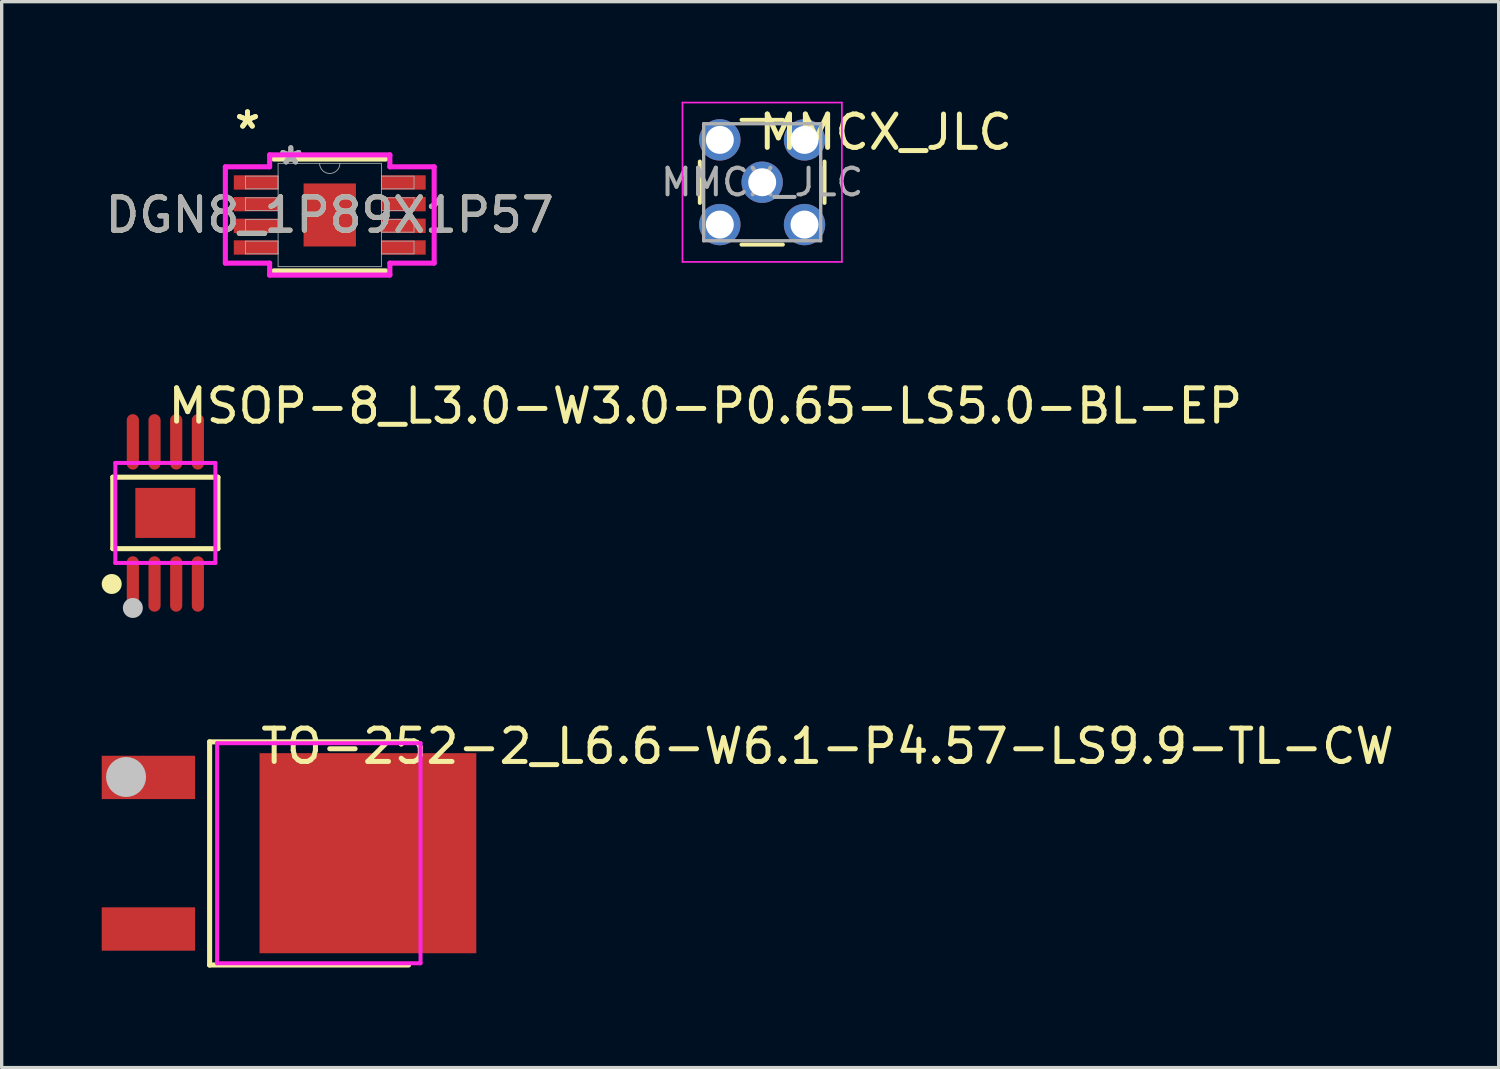
<source format=kicad_pcb>
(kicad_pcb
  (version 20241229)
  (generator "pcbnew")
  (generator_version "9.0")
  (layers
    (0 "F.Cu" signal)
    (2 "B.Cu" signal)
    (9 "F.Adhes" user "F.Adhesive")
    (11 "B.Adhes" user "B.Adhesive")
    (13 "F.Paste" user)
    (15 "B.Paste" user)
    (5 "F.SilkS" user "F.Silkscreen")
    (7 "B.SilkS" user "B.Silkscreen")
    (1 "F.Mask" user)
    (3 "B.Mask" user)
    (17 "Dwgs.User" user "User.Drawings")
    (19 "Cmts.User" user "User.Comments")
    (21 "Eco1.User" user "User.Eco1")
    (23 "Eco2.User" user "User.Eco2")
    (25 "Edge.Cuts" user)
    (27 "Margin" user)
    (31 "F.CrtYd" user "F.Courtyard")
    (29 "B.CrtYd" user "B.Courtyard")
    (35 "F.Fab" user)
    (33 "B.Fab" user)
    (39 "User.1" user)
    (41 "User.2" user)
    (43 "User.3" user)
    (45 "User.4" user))
  (footprint "TO-252-2_L6.6-W6.1-P4.57-LS9.9-TL-CW"
    (layer "F.Cu")
    (at 4.692 22.537)
    (property "Reference" "TO-252-2_L6.6-W6.1-P4.57-LS9.9-TL-CW" (at 0 -3.207 0) (layer "F.SilkS") (effects (font (size 1 1) (thickness 0.15)) (justify left)))
    (attr through_hole)
    (fp_line (start -1.456 -3.34) (end -1.456 3.353) (stroke (width 0.152) (type solid)) (layer "F.SilkS"))
    (fp_line (start 4.511 -3.34) (end -1.456 -3.34) (stroke (width 0.152) (type solid)) (layer "F.SilkS"))
    (fp_line (start 4.511 3.353) (end -1.456 3.353) (stroke (width 0.152) (type solid)) (layer "F.SilkS"))
    (fp_circle (center -3.962 -2.286) (end -3.662 -2.286) (stroke (width 0.6) (type solid)) (fill no) (layer "Dwgs.User"))
    (fp_line (start -2.474 1.968) (end -1.224 1.968) (stroke (width 0.12) (type solid)) (layer "Eco2.User"))
    (fp_line (start -2.474 2.667) (end -2.474 1.968) (stroke (width 0.12) (type solid)) (layer "Eco2.User"))
    (fp_line (start -2.448 -2.629) (end -1.198 -2.629) (stroke (width 0.12) (type solid)) (layer "Eco2.User"))
    (fp_line (start -2.448 -1.93) (end -2.448 -2.629) (stroke (width 0.12) (type solid)) (layer "Eco2.User"))
    (fp_line (start -1.224 1.968) (end -1.224 2.667) (stroke (width 0.12) (type solid)) (layer "Eco2.User"))
    (fp_line (start -1.224 2.667) (end -2.474 2.667) (stroke (width 0.12) (type solid)) (layer "Eco2.User"))
    (fp_line (start -1.198 -2.629) (end -1.198 -1.93) (stroke (width 0.12) (type solid)) (layer "Eco2.User"))
    (fp_line (start -1.198 -1.93) (end -2.448 -1.93) (stroke (width 0.12) (type solid)) (layer "Eco2.User"))
    (fp_circle (center -3.998 -3.3) (end -3.968 -3.3) (stroke (width 0.06) (type solid)) (fill no) (layer "Eco2.User"))
    (fp_poly (pts (xy -3.998 -1.93) (xy -3.998 -2.629) (xy -2.408 -2.629) (xy -2.408 -1.93)) (stroke (width 0.12) (type solid)) (fill no) (layer "Eco2.User"))
    (fp_poly (pts (xy -3.998 2.667) (xy -3.998 1.968) (xy -2.408 1.968) (xy -2.408 2.667)) (stroke (width 0.12) (type solid)) (fill no) (layer "Eco2.User"))
    (fp_poly (pts (xy 0.727 2.667) (xy 0.727 -2.668) (xy 5.403 -2.668) (xy 5.937 -2.135) (xy 5.937 2.133) (xy 5.403 2.667)) (stroke (width 0.12) (type solid)) (fill no) (layer "Eco2.User"))
    (fp_line (start -1.231 -3.3) (end 4.869 -3.3) (stroke (width 0.12) (type solid)) (layer "F.CrtYd"))
    (fp_line (start -1.231 3.3) (end -1.231 -3.3) (stroke (width 0.12) (type solid)) (layer "F.CrtYd"))
    (fp_line (start 4.869 -3.3) (end 4.869 3.3) (stroke (width 0.12) (type solid)) (layer "F.CrtYd"))
    (fp_line (start 4.869 3.3) (end -1.231 3.3) (stroke (width 0.12) (type solid)) (layer "F.CrtYd"))
    (pad "1" smd rect (at -3.292 -2.273) (size 2.8 1.3) (layers "F.Cu" "F.Mask" "F.Paste"))
    (pad "2" smd rect (at 3.292 0) (size 6.5 6) (layers "F.Cu" "F.Mask" "F.Paste"))
    (pad "3" smd rect (at -3.292 2.273) (size 2.8 1.3) (layers "F.Cu" "F.Mask" "F.Paste")))
  (footprint "DGN8_1P89X1P57"
    (layer "F.Cu")
    (at 6.839 3.397)
    (property "Reference" "DGN8_1P89X1P57" (at 0 0 0) (unlocked yes) (layer "F.SilkS") (effects (font (size 1 1) (thickness 0.15))))
    (attr smd)
    (fp_line (start -1.676 1.676) (end 1.676 1.676) (stroke (width 0.152) (type solid)) (layer "F.SilkS"))
    (fp_line (start 1.676 -1.676) (end -1.676 -1.676) (stroke (width 0.152) (type solid)) (layer "F.SilkS"))
    (fp_line (start -3.131 -1.444) (end -1.803 -1.444) (stroke (width 0.152) (type solid)) (layer "F.CrtYd"))
    (fp_line (start -3.131 1.444) (end -3.131 -1.444) (stroke (width 0.152) (type solid)) (layer "F.CrtYd"))
    (fp_line (start -3.131 1.444) (end -1.803 1.444) (stroke (width 0.152) (type solid)) (layer "F.CrtYd"))
    (fp_line (start -1.803 -1.803) (end 1.803 -1.803) (stroke (width 0.152) (type solid)) (layer "F.CrtYd"))
    (fp_line (start -1.803 -1.444) (end -1.803 -1.803) (stroke (width 0.152) (type solid)) (layer "F.CrtYd"))
    (fp_line (start -1.803 1.803) (end -1.803 1.444) (stroke (width 0.152) (type solid)) (layer "F.CrtYd"))
    (fp_line (start 1.803 -1.803) (end 1.803 -1.444) (stroke (width 0.152) (type solid)) (layer "F.CrtYd"))
    (fp_line (start 1.803 1.444) (end 1.803 1.803) (stroke (width 0.152) (type solid)) (layer "F.CrtYd"))
    (fp_line (start 1.803 1.803) (end -1.803 1.803) (stroke (width 0.152) (type solid)) (layer "F.CrtYd"))
    (fp_line (start 3.131 -1.444) (end 1.803 -1.444) (stroke (width 0.152) (type solid)) (layer "F.CrtYd"))
    (fp_line (start 3.131 -1.444) (end 3.131 1.444) (stroke (width 0.152) (type solid)) (layer "F.CrtYd"))
    (fp_line (start 3.131 1.444) (end 1.803 1.444) (stroke (width 0.152) (type solid)) (layer "F.CrtYd"))
    (fp_line (start -2.527 -1.165) (end -2.527 -0.784) (stroke (width 0.025) (type solid)) (layer "F.Fab"))
    (fp_line (start -2.527 -0.784) (end -1.549 -0.784) (stroke (width 0.025) (type solid)) (layer "F.Fab"))
    (fp_line (start -2.527 -0.515) (end -2.527 -0.135) (stroke (width 0.025) (type solid)) (layer "F.Fab"))
    (fp_line (start -2.527 -0.135) (end -1.549 -0.135) (stroke (width 0.025) (type solid)) (layer "F.Fab"))
    (fp_line (start -2.527 0.135) (end -2.527 0.515) (stroke (width 0.025) (type solid)) (layer "F.Fab"))
    (fp_line (start -2.527 0.515) (end -1.549 0.515) (stroke (width 0.025) (type solid)) (layer "F.Fab"))
    (fp_line (start -2.527 0.784) (end -2.527 1.165) (stroke (width 0.025) (type solid)) (layer "F.Fab"))
    (fp_line (start -2.527 1.165) (end -1.549 1.165) (stroke (width 0.025) (type solid)) (layer "F.Fab"))
    (fp_line (start -1.549 -1.549) (end -1.549 1.549) (stroke (width 0.025) (type solid)) (layer "F.Fab"))
    (fp_line (start -1.549 -1.165) (end -2.527 -1.165) (stroke (width 0.025) (type solid)) (layer "F.Fab"))
    (fp_line (start -1.549 -0.784) (end -1.549 -1.165) (stroke (width 0.025) (type solid)) (layer "F.Fab"))
    (fp_line (start -1.549 -0.515) (end -2.527 -0.515) (stroke (width 0.025) (type solid)) (layer "F.Fab"))
    (fp_line (start -1.549 -0.135) (end -1.549 -0.515) (stroke (width 0.025) (type solid)) (layer "F.Fab"))
    (fp_line (start -1.549 0.135) (end -2.527 0.135) (stroke (width 0.025) (type solid)) (layer "F.Fab"))
    (fp_line (start -1.549 0.515) (end -1.549 0.135) (stroke (width 0.025) (type solid)) (layer "F.Fab"))
    (fp_line (start -1.549 0.784) (end -2.527 0.784) (stroke (width 0.025) (type solid)) (layer "F.Fab"))
    (fp_line (start -1.549 1.165) (end -1.549 0.784) (stroke (width 0.025) (type solid)) (layer "F.Fab"))
    (fp_line (start -1.549 1.549) (end 1.549 1.549) (stroke (width 0.025) (type solid)) (layer "F.Fab"))
    (fp_line (start 1.549 -1.549) (end -1.549 -1.549) (stroke (width 0.025) (type solid)) (layer "F.Fab"))
    (fp_line (start 1.549 -1.165) (end 1.549 -0.784) (stroke (width 0.025) (type solid)) (layer "F.Fab"))
    (fp_line (start 1.549 -0.784) (end 2.527 -0.784) (stroke (width 0.025) (type solid)) (layer "F.Fab"))
    (fp_line (start 1.549 -0.515) (end 1.549 -0.135) (stroke (width 0.025) (type solid)) (layer "F.Fab"))
    (fp_line (start 1.549 -0.135) (end 2.527 -0.135) (stroke (width 0.025) (type solid)) (layer "F.Fab"))
    (fp_line (start 1.549 0.135) (end 1.549 0.515) (stroke (width 0.025) (type solid)) (layer "F.Fab"))
    (fp_line (start 1.549 0.515) (end 2.527 0.515) (stroke (width 0.025) (type solid)) (layer "F.Fab"))
    (fp_line (start 1.549 0.784) (end 1.549 1.165) (stroke (width 0.025) (type solid)) (layer "F.Fab"))
    (fp_line (start 1.549 1.165) (end 2.527 1.165) (stroke (width 0.025) (type solid)) (layer "F.Fab"))
    (fp_line (start 1.549 1.549) (end 1.549 -1.549) (stroke (width 0.025) (type solid)) (layer "F.Fab"))
    (fp_line (start 2.527 -1.165) (end 1.549 -1.165) (stroke (width 0.025) (type solid)) (layer "F.Fab"))
    (fp_line (start 2.527 -0.784) (end 2.527 -1.165) (stroke (width 0.025) (type solid)) (layer "F.Fab"))
    (fp_line (start 2.527 -0.515) (end 1.549 -0.515) (stroke (width 0.025) (type solid)) (layer "F.Fab"))
    (fp_line (start 2.527 -0.135) (end 2.527 -0.515) (stroke (width 0.025) (type solid)) (layer "F.Fab"))
    (fp_line (start 2.527 0.135) (end 1.549 0.135) (stroke (width 0.025) (type solid)) (layer "F.Fab"))
    (fp_line (start 2.527 0.515) (end 2.527 0.135) (stroke (width 0.025) (type solid)) (layer "F.Fab"))
    (fp_line (start 2.527 0.784) (end 1.549 0.784) (stroke (width 0.025) (type solid)) (layer "F.Fab"))
    (fp_line (start 2.527 1.165) (end 2.527 0.784) (stroke (width 0.025) (type solid)) (layer "F.Fab"))
    (fp_arc (start 0.3048 -1.5494) (mid 0 -1.2446) (end -0.3048 -1.5494) (stroke (width 0.0254) (type solid)) (layer "F.Fab"))
    (fp_text user "*" (at -2.467 -2.549 0) (unlocked yes) (layer "F.SilkS") (effects (font (size 1 1) (thickness 0.15))))
    (fp_text user "*" (at -2.467 -2.549 0) (layer "F.SilkS") (effects (font (size 1 1) (thickness 0.15))))
    (fp_text user "*" (at -1.168 -1.473 0) (unlocked yes) (layer "F.Fab") (effects (font (size 1 1) (thickness 0.15))))
    (fp_text user "${REFERENCE}" (at 0 0 0) (unlocked yes) (layer "F.Fab") (effects (font (size 1 1) (thickness 0.15))))
    (fp_text user "*" (at -1.168 -1.473 0) (layer "F.Fab") (effects (font (size 1 1) (thickness 0.15))))
    (pad "1" smd rect (at -2.213 -0.975) (size 1.328 0.431) (layers "F.Cu" "F.Mask" "F.Paste"))
    (pad "2" smd rect (at -2.213 -0.325) (size 1.328 0.431) (layers "F.Cu" "F.Mask" "F.Paste"))
    (pad "3" smd rect (at -2.213 0.325) (size 1.328 0.431) (layers "F.Cu" "F.Mask" "F.Paste"))
    (pad "4" smd rect (at -2.213 0.975) (size 1.328 0.431) (layers "F.Cu" "F.Mask" "F.Paste"))
    (pad "5" smd rect (at 2.213 0.975) (size 1.328 0.431) (layers "F.Cu" "F.Mask" "F.Paste"))
    (pad "6" smd rect (at 2.213 0.325) (size 1.328 0.431) (layers "F.Cu" "F.Mask" "F.Paste"))
    (pad "7" smd rect (at 2.213 -0.325) (size 1.328 0.431) (layers "F.Cu" "F.Mask" "F.Paste"))
    (pad "8" smd rect (at 2.213 -0.975) (size 1.328 0.431) (layers "F.Cu" "F.Mask" "F.Paste"))
    (pad "EPAD" smd rect (at 0 0) (size 1.57 1.89) (layers "F.Cu" "F.Mask" "F.Paste")))
  (footprint "MMCX_JLC"
    (layer "F.Cu")
    (at 19.807 2.415)
    (property "Reference" "MMCX_JLC" (at 3.7 -1.5 0) (layer "F.SilkS") (effects (font (size 1 1) (thickness 0.15))))
    (attr smd)
    (fp_line (start -1.87 0.62) (end -1.87 -0.62) (stroke (width 0.12) (type solid)) (layer "F.SilkS"))
    (fp_line (start 0.62 -1.87) (end -0.62 -1.87) (stroke (width 0.12) (type solid)) (layer "F.SilkS"))
    (fp_line (start 0.62 1.87) (end -0.62 1.87) (stroke (width 0.12) (type solid)) (layer "F.SilkS"))
    (fp_line (start 1.87 0.62) (end 1.87 -0.62) (stroke (width 0.12) (type solid)) (layer "F.SilkS"))
    (fp_line (start -2.39 -2.39) (end 2.39 -2.39) (stroke (width 0.05) (type solid)) (layer "F.CrtYd"))
    (fp_line (start -2.39 2.39) (end -2.39 -2.39) (stroke (width 0.05) (type solid)) (layer "F.CrtYd"))
    (fp_line (start -2.39 2.39) (end 2.39 2.39) (stroke (width 0.05) (type solid)) (layer "F.CrtYd"))
    (fp_line (start 2.39 2.39) (end 2.39 -2.39) (stroke (width 0.05) (type solid)) (layer "F.CrtYd"))
    (fp_line (start -1.755 -1.755) (end -1.755 1.755) (stroke (width 0.1) (type solid)) (layer "F.Fab"))
    (fp_line (start -1.755 -1.755) (end 1.755 -1.755) (stroke (width 0.1) (type solid)) (layer "F.Fab"))
    (fp_line (start -1.755 1.755) (end 1.755 1.755) (stroke (width 0.1) (type solid)) (layer "F.Fab"))
    (fp_line (start 1.755 -1.755) (end 1.755 1.755) (stroke (width 0.1) (type solid)) (layer "F.Fab"))
    (fp_text user "${REFERENCE}" (at 0 0 0) (layer "F.Fab") (effects (font (size 0.8 0.8) (thickness 0.12))))
    (pad "1" thru_hole circle (at 0 0) (size 1.24 1.24) (drill 0.84) (layers "*.Cu" "*.Mask"))
    (pad "2" thru_hole circle (at -1.27 -1.27) (size 1.24 1.24) (drill 0.84) (layers "*.Cu" "*.Mask"))
    (pad "2" thru_hole circle (at -1.27 1.27) (size 1.24 1.24) (drill 0.84) (layers "*.Cu" "*.Mask"))
    (pad "2" thru_hole circle (at 1.27 -1.27) (size 1.24 1.24) (drill 0.84) (layers "*.Cu" "*.Mask"))
    (pad "2" thru_hole circle (at 1.27 1.27) (size 1.24 1.24) (drill 0.84) (layers "*.Cu" "*.Mask")))
  (footprint "MSOP-8_L3.0-W3.0-P0.65-LS5.0-BL-EP"
    (layer "F.Cu")
    (at 1.909 12.332)
    (property "Reference" "MSOP-8_L3.0-W3.0-P0.65-LS5.0-BL-EP" (at 0 -3.207 0) (layer "F.SilkS") (effects (font (size 1 1) (thickness 0.15)) (justify left)))
    (attr through_hole)
    (fp_line (start -1.576 -1.071) (end 1.576 -1.071) (stroke (width 0.152) (type solid)) (layer "F.SilkS"))
    (fp_line (start -1.576 1.071) (end -1.576 -1.071) (stroke (width 0.152) (type solid)) (layer "F.SilkS"))
    (fp_line (start 1.576 -1.071) (end 1.576 1.071) (stroke (width 0.152) (type solid)) (layer "F.SilkS"))
    (fp_line (start 1.576 1.071) (end -1.576 1.071) (stroke (width 0.152) (type solid)) (layer "F.SilkS"))
    (fp_circle (center -1.609 2.131) (end -1.459 2.131) (stroke (width 0.3) (type solid)) (fill no) (layer "F.SilkS"))
    (fp_circle (center -0.975 2.85) (end -0.825 2.85) (stroke (width 0.3) (type solid)) (fill no) (layer "Dwgs.User"))
    (fp_line (start -1.133 -1.91) (end -1.133 -1.49) (stroke (width 0.12) (type solid)) (layer "Eco2.User"))
    (fp_line (start -1.133 -1.49) (end -0.817 -1.49) (stroke (width 0.12) (type solid)) (layer "Eco2.User"))
    (fp_line (start -1.133 1.49) (end -0.817 1.49) (stroke (width 0.12) (type solid)) (layer "Eco2.User"))
    (fp_line (start -1.133 1.91) (end -1.133 1.49) (stroke (width 0.12) (type solid)) (layer "Eco2.User"))
    (fp_line (start -0.817 -1.91) (end -1.133 -1.91) (stroke (width 0.12) (type solid)) (layer "Eco2.User"))
    (fp_line (start -0.817 -1.49) (end -0.817 -1.91) (stroke (width 0.12) (type solid)) (layer "Eco2.User"))
    (fp_line (start -0.817 1.49) (end -0.817 1.91) (stroke (width 0.12) (type solid)) (layer "Eco2.User"))
    (fp_line (start -0.817 1.91) (end -1.133 1.91) (stroke (width 0.12) (type solid)) (layer "Eco2.User"))
    (fp_line (start -0.482 -1.91) (end -0.482 -1.49) (stroke (width 0.12) (type solid)) (layer "Eco2.User"))
    (fp_line (start -0.482 -1.49) (end -0.167 -1.49) (stroke (width 0.12) (type solid)) (layer "Eco2.User"))
    (fp_line (start -0.482 1.49) (end -0.167 1.49) (stroke (width 0.12) (type solid)) (layer "Eco2.User"))
    (fp_line (start -0.482 1.91) (end -0.482 1.49) (stroke (width 0.12) (type solid)) (layer "Eco2.User"))
    (fp_line (start -0.167 -1.91) (end -0.482 -1.91) (stroke (width 0.12) (type solid)) (layer "Eco2.User"))
    (fp_line (start -0.167 -1.49) (end -0.167 -1.91) (stroke (width 0.12) (type solid)) (layer "Eco2.User"))
    (fp_line (start -0.167 1.49) (end -0.167 1.91) (stroke (width 0.12) (type solid)) (layer "Eco2.User"))
    (fp_line (start -0.167 1.91) (end -0.482 1.91) (stroke (width 0.12) (type solid)) (layer "Eco2.User"))
    (fp_line (start 0.167 -1.91) (end 0.167 -1.49) (stroke (width 0.12) (type solid)) (layer "Eco2.User"))
    (fp_line (start 0.167 -1.49) (end 0.482 -1.49) (stroke (width 0.12) (type solid)) (layer "Eco2.User"))
    (fp_line (start 0.167 1.49) (end 0.482 1.49) (stroke (width 0.12) (type solid)) (layer "Eco2.User"))
    (fp_line (start 0.167 1.91) (end 0.167 1.49) (stroke (width 0.12) (type solid)) (layer "Eco2.User"))
    (fp_line (start 0.482 -1.91) (end 0.167 -1.91) (stroke (width 0.12) (type solid)) (layer "Eco2.User"))
    (fp_line (start 0.482 -1.49) (end 0.482 -1.91) (stroke (width 0.12) (type solid)) (layer "Eco2.User"))
    (fp_line (start 0.482 1.49) (end 0.482 1.91) (stroke (width 0.12) (type solid)) (layer "Eco2.User"))
    (fp_line (start 0.482 1.91) (end 0.167 1.91) (stroke (width 0.12) (type solid)) (layer "Eco2.User"))
    (fp_line (start 0.817 -1.91) (end 0.817 -1.49) (stroke (width 0.12) (type solid)) (layer "Eco2.User"))
    (fp_line (start 0.817 -1.49) (end 1.133 -1.49) (stroke (width 0.12) (type solid)) (layer "Eco2.User"))
    (fp_line (start 0.817 1.49) (end 1.133 1.49) (stroke (width 0.12) (type solid)) (layer "Eco2.User"))
    (fp_line (start 0.817 1.91) (end 0.817 1.49) (stroke (width 0.12) (type solid)) (layer "Eco2.User"))
    (fp_line (start 1.133 -1.91) (end 0.817 -1.91) (stroke (width 0.12) (type solid)) (layer "Eco2.User"))
    (fp_line (start 1.133 -1.49) (end 1.133 -1.91) (stroke (width 0.12) (type solid)) (layer "Eco2.User"))
    (fp_line (start 1.133 1.49) (end 1.133 1.91) (stroke (width 0.12) (type solid)) (layer "Eco2.User"))
    (fp_line (start 1.133 1.91) (end 0.817 1.91) (stroke (width 0.12) (type solid)) (layer "Eco2.User"))
    (fp_circle (center -1.5 2.45) (end -1.47 2.45) (stroke (width 0.06) (type solid)) (fill no) (layer "Eco2.User"))
    (fp_poly (pts (xy -1.133 -2.45) (xy -1.133 -1.9) (xy -0.817 -1.9) (xy -0.817 -2.45)) (stroke (width 0.12) (type solid)) (fill no) (layer "Eco2.User"))
    (fp_poly (pts (xy -1.133 2.45) (xy -1.133 1.9) (xy -0.817 1.9) (xy -0.817 2.45)) (stroke (width 0.12) (type solid)) (fill no) (layer "Eco2.User"))
    (fp_poly (pts (xy -0.88 -0.712) (xy 0.88 -0.712) (xy 0.88 0.712) (xy -0.88 0.712)) (stroke (width 0.12) (type solid)) (fill no) (layer "Eco2.User"))
    (fp_poly (pts (xy -0.482 -2.45) (xy -0.482 -1.9) (xy -0.167 -1.9) (xy -0.167 -2.45)) (stroke (width 0.12) (type solid)) (fill no) (layer "Eco2.User"))
    (fp_poly (pts (xy -0.482 2.45) (xy -0.482 1.9) (xy -0.167 1.9) (xy -0.167 2.45)) (stroke (width 0.12) (type solid)) (fill no) (layer "Eco2.User"))
    (fp_poly (pts (xy 0.167 -2.45) (xy 0.167 -1.9) (xy 0.482 -1.9) (xy 0.482 -2.45)) (stroke (width 0.12) (type solid)) (fill no) (layer "Eco2.User"))
    (fp_poly (pts (xy 0.167 2.45) (xy 0.167 1.9) (xy 0.482 1.9) (xy 0.482 2.45)) (stroke (width 0.12) (type solid)) (fill no) (layer "Eco2.User"))
    (fp_poly (pts (xy 0.817 -2.45) (xy 0.817 -1.9) (xy 1.133 -1.9) (xy 1.133 -2.45)) (stroke (width 0.12) (type solid)) (fill no) (layer "Eco2.User"))
    (fp_poly (pts (xy 0.817 2.45) (xy 0.817 1.9) (xy 1.133 1.9) (xy 1.133 2.45)) (stroke (width 0.12) (type solid)) (fill no) (layer "Eco2.User"))
    (fp_line (start -1.5 -1.5) (end 1.5 -1.5) (stroke (width 0.12) (type solid)) (layer "F.CrtYd"))
    (fp_line (start -1.5 1.5) (end -1.5 -1.5) (stroke (width 0.12) (type solid)) (layer "F.CrtYd"))
    (fp_line (start 1.5 -1.5) (end 1.5 1.5) (stroke (width 0.12) (type solid)) (layer "F.CrtYd"))
    (fp_line (start 1.5 1.5) (end -1.5 1.5) (stroke (width 0.12) (type solid)) (layer "F.CrtYd"))
    (pad "1" smd oval (at -0.975 2.131) (size 0.364 1.662) (layers "F.Cu" "F.Mask" "F.Paste"))
    (pad "2" smd oval (at -0.325 2.131) (size 0.364 1.662) (layers "F.Cu" "F.Mask" "F.Paste"))
    (pad "3" smd oval (at 0.325 2.131) (size 0.364 1.662) (layers "F.Cu" "F.Mask" "F.Paste"))
    (pad "4" smd oval (at 0.975 2.131) (size 0.364 1.662) (layers "F.Cu" "F.Mask" "F.Paste"))
    (pad "5" smd oval (at 0.975 -2.131) (size 0.364 1.662) (layers "F.Cu" "F.Mask" "F.Paste"))
    (pad "6" smd oval (at 0.325 -2.131) (size 0.364 1.662) (layers "F.Cu" "F.Mask" "F.Paste"))
    (pad "7" smd oval (at -0.325 -2.131) (size 0.364 1.662) (layers "F.Cu" "F.Mask" "F.Paste"))
    (pad "8" smd oval (at -0.975 -2.131) (size 0.364 1.662) (layers "F.Cu" "F.Mask" "F.Paste"))
    (pad "9" smd rect (at 0 0) (size 1.8 1.5) (layers "F.Cu" "F.Mask" "F.Paste")))
  (gr_rect
    (start -3 -3)
    (end 41.894 28.966)
    (stroke (width 0.1) (type default))
    (fill no)
    (layer "Edge.Cuts")))
</source>
